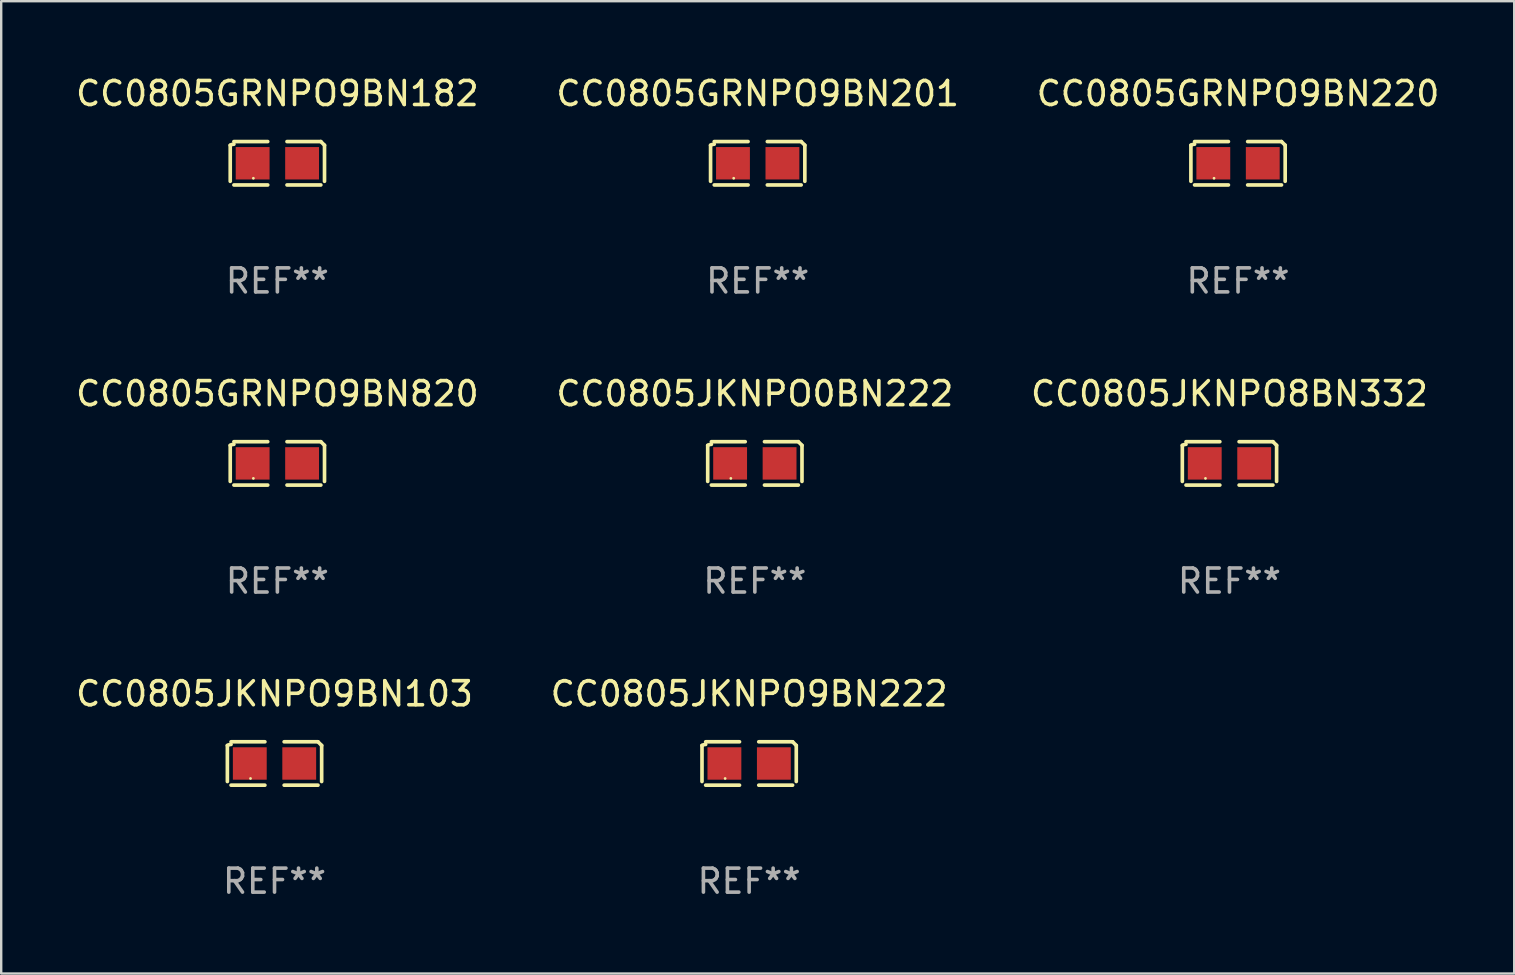
<source format=kicad_pcb>
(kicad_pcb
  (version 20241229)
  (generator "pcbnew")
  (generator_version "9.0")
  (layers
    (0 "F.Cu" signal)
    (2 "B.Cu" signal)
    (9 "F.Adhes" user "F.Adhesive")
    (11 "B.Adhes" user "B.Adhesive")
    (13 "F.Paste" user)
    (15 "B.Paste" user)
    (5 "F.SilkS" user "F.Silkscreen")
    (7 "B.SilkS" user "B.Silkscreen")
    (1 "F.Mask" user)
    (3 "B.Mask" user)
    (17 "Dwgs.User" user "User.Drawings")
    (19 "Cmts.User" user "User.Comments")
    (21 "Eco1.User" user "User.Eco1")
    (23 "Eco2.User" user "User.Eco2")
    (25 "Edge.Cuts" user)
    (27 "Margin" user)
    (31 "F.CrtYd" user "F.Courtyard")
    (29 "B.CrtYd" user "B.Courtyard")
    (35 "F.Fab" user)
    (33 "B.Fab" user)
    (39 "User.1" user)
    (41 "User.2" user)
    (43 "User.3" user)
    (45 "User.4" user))
  (footprint "CC0805JKNPO9BN222"
    (layer "F.Cu")
    (at 28.161 28.759)
    (property "Reference" "CC0805JKNPO9BN222" (at 0 -2.904 0) (layer "F.SilkS") (effects (font (size 1 1) (thickness 0.15))))
    (attr through_hole)
    (fp_line (start -1.964 0.751) (end -1.964 -0.751) (stroke (width 0.152) (type solid)) (layer "F.SilkS"))
    (fp_line (start -1.811 -0.904) (end -0.401 -0.904) (stroke (width 0.152) (type solid)) (layer "F.SilkS"))
    (fp_line (start -0.401 0.904) (end -1.811 0.904) (stroke (width 0.152) (type solid)) (layer "F.SilkS"))
    (fp_line (start 0.401 0.904) (end 1.811 0.904) (stroke (width 0.152) (type solid)) (layer "F.SilkS"))
    (fp_line (start 1.811 -0.904) (end 0.401 -0.904) (stroke (width 0.152) (type solid)) (layer "F.SilkS"))
    (fp_line (start 1.964 0.751) (end 1.964 -0.751) (stroke (width 0.152) (type solid)) (layer "F.SilkS"))
    (fp_arc (start -1.963602 -0.751207) (mid -1.890354 -0.783131) (end -1.811201 -0.794044) (stroke (width 0.1524) (type solid)) (layer "F.SilkS"))
    (fp_arc (start 1.811202 -0.903607) (mid 1.887413 -0.827418) (end 1.963602 -0.751207) (stroke (width 0.1524) (type solid)) (layer "F.SilkS"))
    (fp_circle (center -1 0.625) (end -0.97 0.625) (stroke (width 0.06) (type solid)) (fill no) (layer "F.SilkS"))
    (fp_text user "REF**" (at 0 4.904 0) (layer "F.Fab") (effects (font (size 1 1) (thickness 0.15))))
    (pad "1" smd rect (at -1.03 0) (size 1.41 1.35) (layers "F.Cu" "F.Mask" "F.Paste"))
    (pad "2" smd rect (at 1.03 0) (size 1.41 1.35) (layers "F.Cu" "F.Mask" "F.Paste")))
  (footprint "CC0805JKNPO8BN332"
    (layer "F.Cu")
    (at 48.173 16.256)
    (property "Reference" "CC0805JKNPO8BN332" (at 0 -2.904 0) (layer "F.SilkS") (effects (font (size 1 1) (thickness 0.15))))
    (attr through_hole)
    (fp_line (start -1.964 0.751) (end -1.964 -0.751) (stroke (width 0.152) (type solid)) (layer "F.SilkS"))
    (fp_line (start -1.811 -0.904) (end -0.401 -0.904) (stroke (width 0.152) (type solid)) (layer "F.SilkS"))
    (fp_line (start -0.401 0.904) (end -1.811 0.904) (stroke (width 0.152) (type solid)) (layer "F.SilkS"))
    (fp_line (start 0.401 0.904) (end 1.811 0.904) (stroke (width 0.152) (type solid)) (layer "F.SilkS"))
    (fp_line (start 1.811 -0.904) (end 0.401 -0.904) (stroke (width 0.152) (type solid)) (layer "F.SilkS"))
    (fp_line (start 1.964 0.751) (end 1.964 -0.751) (stroke (width 0.152) (type solid)) (layer "F.SilkS"))
    (fp_arc (start -1.963602 -0.751207) (mid -1.890354 -0.783131) (end -1.811201 -0.794044) (stroke (width 0.1524) (type solid)) (layer "F.SilkS"))
    (fp_arc (start 1.811202 -0.903607) (mid 1.887413 -0.827418) (end 1.963602 -0.751207) (stroke (width 0.1524) (type solid)) (layer "F.SilkS"))
    (fp_circle (center -1 0.625) (end -0.97 0.625) (stroke (width 0.06) (type solid)) (fill no) (layer "F.SilkS"))
    (fp_text user "REF**" (at 0 4.904 0) (layer "F.Fab") (effects (font (size 1 1) (thickness 0.15))))
    (pad "1" smd rect (at -1.03 0) (size 1.41 1.35) (layers "F.Cu" "F.Mask" "F.Paste"))
    (pad "2" smd rect (at 1.03 0) (size 1.41 1.35) (layers "F.Cu" "F.Mask" "F.Paste")))
  (footprint "CC0805JKNPO9BN103"
    (layer "F.Cu")
    (at 8.387 28.759)
    (property "Reference" "CC0805JKNPO9BN103" (at 0 -2.904 0) (layer "F.SilkS") (effects (font (size 1 1) (thickness 0.15))))
    (attr through_hole)
    (fp_line (start -1.964 0.751) (end -1.964 -0.751) (stroke (width 0.152) (type solid)) (layer "F.SilkS"))
    (fp_line (start -1.811 -0.904) (end -0.401 -0.904) (stroke (width 0.152) (type solid)) (layer "F.SilkS"))
    (fp_line (start -0.401 0.904) (end -1.811 0.904) (stroke (width 0.152) (type solid)) (layer "F.SilkS"))
    (fp_line (start 0.401 0.904) (end 1.811 0.904) (stroke (width 0.152) (type solid)) (layer "F.SilkS"))
    (fp_line (start 1.811 -0.904) (end 0.401 -0.904) (stroke (width 0.152) (type solid)) (layer "F.SilkS"))
    (fp_line (start 1.964 0.751) (end 1.964 -0.751) (stroke (width 0.152) (type solid)) (layer "F.SilkS"))
    (fp_arc (start -1.963602 -0.751207) (mid -1.890354 -0.783131) (end -1.811201 -0.794044) (stroke (width 0.1524) (type solid)) (layer "F.SilkS"))
    (fp_arc (start 1.811202 -0.903607) (mid 1.887413 -0.827418) (end 1.963602 -0.751207) (stroke (width 0.1524) (type solid)) (layer "F.SilkS"))
    (fp_circle (center -1 0.625) (end -0.97 0.625) (stroke (width 0.06) (type solid)) (fill no) (layer "F.SilkS"))
    (fp_text user "REF**" (at 0 4.904 0) (layer "F.Fab") (effects (font (size 1 1) (thickness 0.15))))
    (pad "1" smd rect (at -1.03 0) (size 1.41 1.35) (layers "F.Cu" "F.Mask" "F.Paste"))
    (pad "2" smd rect (at 1.03 0) (size 1.41 1.35) (layers "F.Cu" "F.Mask" "F.Paste")))
  (footprint "CC0805GRNPO9BN820"
    (layer "F.Cu")
    (at 8.506 16.256)
    (property "Reference" "CC0805GRNPO9BN820" (at 0 -2.904 0) (layer "F.SilkS") (effects (font (size 1 1) (thickness 0.15))))
    (attr through_hole)
    (fp_line (start -1.964 0.751) (end -1.964 -0.751) (stroke (width 0.152) (type solid)) (layer "F.SilkS"))
    (fp_line (start -1.811 -0.904) (end -0.401 -0.904) (stroke (width 0.152) (type solid)) (layer "F.SilkS"))
    (fp_line (start -0.401 0.904) (end -1.811 0.904) (stroke (width 0.152) (type solid)) (layer "F.SilkS"))
    (fp_line (start 0.401 0.904) (end 1.811 0.904) (stroke (width 0.152) (type solid)) (layer "F.SilkS"))
    (fp_line (start 1.811 -0.904) (end 0.401 -0.904) (stroke (width 0.152) (type solid)) (layer "F.SilkS"))
    (fp_line (start 1.964 0.751) (end 1.964 -0.751) (stroke (width 0.152) (type solid)) (layer "F.SilkS"))
    (fp_arc (start -1.963602 -0.751207) (mid -1.890354 -0.783131) (end -1.811201 -0.794044) (stroke (width 0.1524) (type solid)) (layer "F.SilkS"))
    (fp_arc (start 1.811202 -0.903607) (mid 1.887413 -0.827418) (end 1.963602 -0.751207) (stroke (width 0.1524) (type solid)) (layer "F.SilkS"))
    (fp_circle (center -1 0.625) (end -0.97 0.625) (stroke (width 0.06) (type solid)) (fill no) (layer "F.SilkS"))
    (fp_text user "REF**" (at 0 4.904 0) (layer "F.Fab") (effects (font (size 1 1) (thickness 0.15))))
    (pad "1" smd rect (at -1.03 0) (size 1.41 1.35) (layers "F.Cu" "F.Mask" "F.Paste"))
    (pad "2" smd rect (at 1.03 0) (size 1.41 1.35) (layers "F.Cu" "F.Mask" "F.Paste")))
  (footprint "CC0805GRNPO9BN182"
    (layer "F.Cu")
    (at 8.506 3.752)
    (property "Reference" "CC0805GRNPO9BN182" (at 0 -2.904 0) (layer "F.SilkS") (effects (font (size 1 1) (thickness 0.15))))
    (attr through_hole)
    (fp_line (start -1.964 0.751) (end -1.964 -0.751) (stroke (width 0.152) (type solid)) (layer "F.SilkS"))
    (fp_line (start -1.811 -0.904) (end -0.401 -0.904) (stroke (width 0.152) (type solid)) (layer "F.SilkS"))
    (fp_line (start -0.401 0.904) (end -1.811 0.904) (stroke (width 0.152) (type solid)) (layer "F.SilkS"))
    (fp_line (start 0.401 0.904) (end 1.811 0.904) (stroke (width 0.152) (type solid)) (layer "F.SilkS"))
    (fp_line (start 1.811 -0.904) (end 0.401 -0.904) (stroke (width 0.152) (type solid)) (layer "F.SilkS"))
    (fp_line (start 1.964 0.751) (end 1.964 -0.751) (stroke (width 0.152) (type solid)) (layer "F.SilkS"))
    (fp_arc (start -1.963602 -0.751207) (mid -1.890354 -0.783131) (end -1.811201 -0.794044) (stroke (width 0.1524) (type solid)) (layer "F.SilkS"))
    (fp_arc (start 1.811202 -0.903607) (mid 1.887413 -0.827418) (end 1.963602 -0.751207) (stroke (width 0.1524) (type solid)) (layer "F.SilkS"))
    (fp_circle (center -1 0.625) (end -0.97 0.625) (stroke (width 0.06) (type solid)) (fill no) (layer "F.SilkS"))
    (fp_text user "REF**" (at 0 4.904 0) (layer "F.Fab") (effects (font (size 1 1) (thickness 0.15))))
    (pad "1" smd rect (at -1.03 0) (size 1.41 1.35) (layers "F.Cu" "F.Mask" "F.Paste"))
    (pad "2" smd rect (at 1.03 0) (size 1.41 1.35) (layers "F.Cu" "F.Mask" "F.Paste")))
  (footprint "CC0805JKNPO0BN222"
    (layer "F.Cu")
    (at 28.399 16.256)
    (property "Reference" "CC0805JKNPO0BN222" (at 0 -2.904 0) (layer "F.SilkS") (effects (font (size 1 1) (thickness 0.15))))
    (attr through_hole)
    (fp_line (start -1.964 0.751) (end -1.964 -0.751) (stroke (width 0.152) (type solid)) (layer "F.SilkS"))
    (fp_line (start -1.811 -0.904) (end -0.401 -0.904) (stroke (width 0.152) (type solid)) (layer "F.SilkS"))
    (fp_line (start -0.401 0.904) (end -1.811 0.904) (stroke (width 0.152) (type solid)) (layer "F.SilkS"))
    (fp_line (start 0.401 0.904) (end 1.811 0.904) (stroke (width 0.152) (type solid)) (layer "F.SilkS"))
    (fp_line (start 1.811 -0.904) (end 0.401 -0.904) (stroke (width 0.152) (type solid)) (layer "F.SilkS"))
    (fp_line (start 1.964 0.751) (end 1.964 -0.751) (stroke (width 0.152) (type solid)) (layer "F.SilkS"))
    (fp_arc (start -1.963602 -0.751207) (mid -1.890354 -0.783131) (end -1.811201 -0.794044) (stroke (width 0.1524) (type solid)) (layer "F.SilkS"))
    (fp_arc (start 1.811202 -0.903607) (mid 1.887413 -0.827418) (end 1.963602 -0.751207) (stroke (width 0.1524) (type solid)) (layer "F.SilkS"))
    (fp_circle (center -1 0.625) (end -0.97 0.625) (stroke (width 0.06) (type solid)) (fill no) (layer "F.SilkS"))
    (fp_text user "REF**" (at 0 4.904 0) (layer "F.Fab") (effects (font (size 1 1) (thickness 0.15))))
    (pad "1" smd rect (at -1.03 0) (size 1.41 1.35) (layers "F.Cu" "F.Mask" "F.Paste"))
    (pad "2" smd rect (at 1.03 0) (size 1.41 1.35) (layers "F.Cu" "F.Mask" "F.Paste")))
  (footprint "CC0805GRNPO9BN201"
    (layer "F.Cu")
    (at 28.518 3.752)
    (property "Reference" "CC0805GRNPO9BN201" (at 0 -2.904 0) (layer "F.SilkS") (effects (font (size 1 1) (thickness 0.15))))
    (attr through_hole)
    (fp_line (start -1.964 0.751) (end -1.964 -0.751) (stroke (width 0.152) (type solid)) (layer "F.SilkS"))
    (fp_line (start -1.811 -0.904) (end -0.401 -0.904) (stroke (width 0.152) (type solid)) (layer "F.SilkS"))
    (fp_line (start -0.401 0.904) (end -1.811 0.904) (stroke (width 0.152) (type solid)) (layer "F.SilkS"))
    (fp_line (start 0.401 0.904) (end 1.811 0.904) (stroke (width 0.152) (type solid)) (layer "F.SilkS"))
    (fp_line (start 1.811 -0.904) (end 0.401 -0.904) (stroke (width 0.152) (type solid)) (layer "F.SilkS"))
    (fp_line (start 1.964 0.751) (end 1.964 -0.751) (stroke (width 0.152) (type solid)) (layer "F.SilkS"))
    (fp_arc (start -1.963602 -0.751207) (mid -1.890354 -0.783131) (end -1.811201 -0.794044) (stroke (width 0.1524) (type solid)) (layer "F.SilkS"))
    (fp_arc (start 1.811202 -0.903607) (mid 1.887413 -0.827418) (end 1.963602 -0.751207) (stroke (width 0.1524) (type solid)) (layer "F.SilkS"))
    (fp_circle (center -1 0.625) (end -0.97 0.625) (stroke (width 0.06) (type solid)) (fill no) (layer "F.SilkS"))
    (fp_text user "REF**" (at 0 4.904 0) (layer "F.Fab") (effects (font (size 1 1) (thickness 0.15))))
    (pad "1" smd rect (at -1.03 0) (size 1.41 1.35) (layers "F.Cu" "F.Mask" "F.Paste"))
    (pad "2" smd rect (at 1.03 0) (size 1.41 1.35) (layers "F.Cu" "F.Mask" "F.Paste")))
  (footprint "CC0805GRNPO9BN220"
    (layer "F.Cu")
    (at 48.53 3.752)
    (property "Reference" "CC0805GRNPO9BN220" (at 0 -2.904 0) (layer "F.SilkS") (effects (font (size 1 1) (thickness 0.15))))
    (attr through_hole)
    (fp_line (start -1.964 0.751) (end -1.964 -0.751) (stroke (width 0.152) (type solid)) (layer "F.SilkS"))
    (fp_line (start -1.811 -0.904) (end -0.401 -0.904) (stroke (width 0.152) (type solid)) (layer "F.SilkS"))
    (fp_line (start -0.401 0.904) (end -1.811 0.904) (stroke (width 0.152) (type solid)) (layer "F.SilkS"))
    (fp_line (start 0.401 0.904) (end 1.811 0.904) (stroke (width 0.152) (type solid)) (layer "F.SilkS"))
    (fp_line (start 1.811 -0.904) (end 0.401 -0.904) (stroke (width 0.152) (type solid)) (layer "F.SilkS"))
    (fp_line (start 1.964 0.751) (end 1.964 -0.751) (stroke (width 0.152) (type solid)) (layer "F.SilkS"))
    (fp_arc (start -1.963602 -0.751207) (mid -1.890354 -0.783131) (end -1.811201 -0.794044) (stroke (width 0.1524) (type solid)) (layer "F.SilkS"))
    (fp_arc (start 1.811202 -0.903607) (mid 1.887413 -0.827418) (end 1.963602 -0.751207) (stroke (width 0.1524) (type solid)) (layer "F.SilkS"))
    (fp_circle (center -1 0.625) (end -0.97 0.625) (stroke (width 0.06) (type solid)) (fill no) (layer "F.SilkS"))
    (fp_text user "REF**" (at 0 4.904 0) (layer "F.Fab") (effects (font (size 1 1) (thickness 0.15))))
    (pad "1" smd rect (at -1.03 0) (size 1.41 1.35) (layers "F.Cu" "F.Mask" "F.Paste"))
    (pad "2" smd rect (at 1.03 0) (size 1.41 1.35) (layers "F.Cu" "F.Mask" "F.Paste")))
  (gr_rect
    (start -3 -3)
    (end 60.036 37.511)
    (stroke (width 0.1) (type default))
    (fill no)
    (layer "Edge.Cuts")))
</source>
